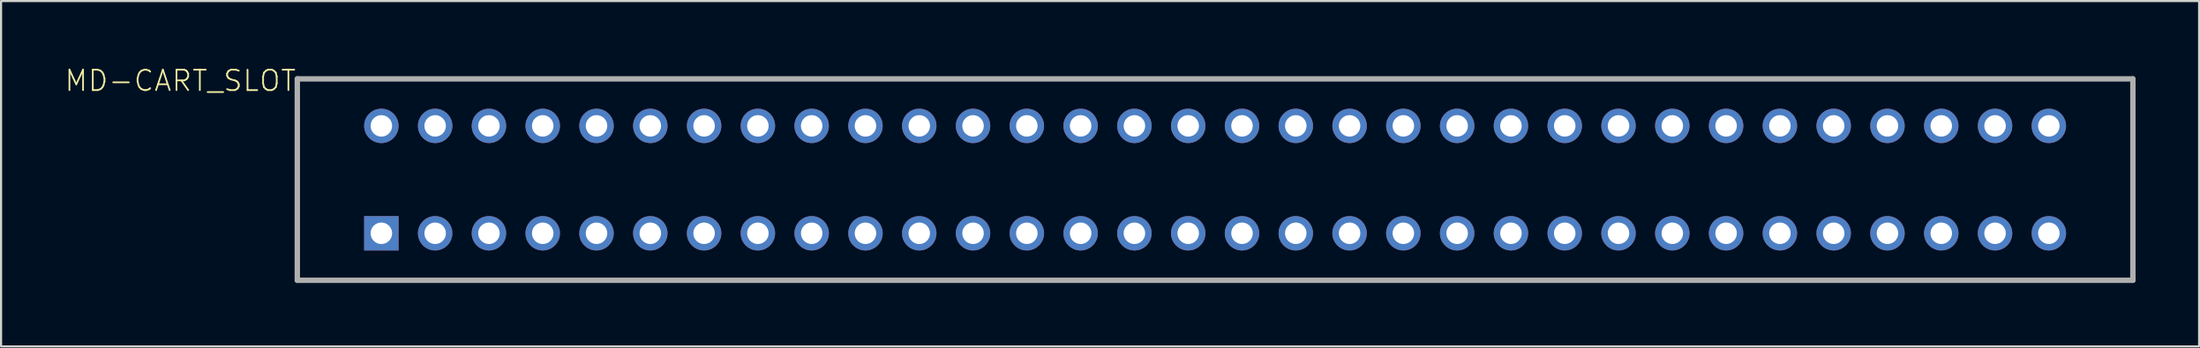
<source format=kicad_pcb>
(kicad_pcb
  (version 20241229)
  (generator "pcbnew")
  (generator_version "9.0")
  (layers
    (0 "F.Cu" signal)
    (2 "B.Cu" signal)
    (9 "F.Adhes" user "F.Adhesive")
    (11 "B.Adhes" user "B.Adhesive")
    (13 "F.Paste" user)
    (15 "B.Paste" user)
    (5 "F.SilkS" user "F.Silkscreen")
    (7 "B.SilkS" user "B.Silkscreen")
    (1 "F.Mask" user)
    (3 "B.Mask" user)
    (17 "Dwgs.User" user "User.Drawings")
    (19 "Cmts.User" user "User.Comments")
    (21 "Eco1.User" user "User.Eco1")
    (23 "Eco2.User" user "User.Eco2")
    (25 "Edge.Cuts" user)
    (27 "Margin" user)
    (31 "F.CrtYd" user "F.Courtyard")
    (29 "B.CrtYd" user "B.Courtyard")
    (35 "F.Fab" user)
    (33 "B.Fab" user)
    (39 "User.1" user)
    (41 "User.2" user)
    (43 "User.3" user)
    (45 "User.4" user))
  (footprint "MD-CART_SLOT"
    (layer "F.Cu")
    (at 54.328 5.444)
    (property "Reference" "MD-CART_SLOT" (at -43.339 -5.239 0) (layer "F.SilkS") (effects (font (size 0.965 0.965) (thickness 0.081)) (justify right top)))
    (attr through_hole)
    (fp_line (start -43.339 -4.763) (end -43.339 4.763) (stroke (width 0.254) (type solid)) (layer "F.Fab"))
    (fp_line (start -43.339 4.763) (end 43.339 4.763) (stroke (width 0.254) (type solid)) (layer "F.Fab"))
    (fp_line (start 43.339 -4.763) (end -43.339 -4.763) (stroke (width 0.254) (type solid)) (layer "F.Fab"))
    (fp_line (start 43.339 4.763) (end 43.339 -4.763) (stroke (width 0.254) (type solid)) (layer "F.Fab"))
    (fp_poly (pts (xy -39.624 -2.286) (xy -39.116 -2.286) (xy -39.116 -2.794) (xy -39.624 -2.794)) (stroke (width 0.1) (type solid)) (fill no) (layer "F.Fab"))
    (fp_poly (pts (xy -39.624 2.794) (xy -39.116 2.794) (xy -39.116 2.286) (xy -39.624 2.286)) (stroke (width 0.1) (type solid)) (fill no) (layer "F.Fab"))
    (fp_poly (pts (xy -37.084 -2.286) (xy -36.576 -2.286) (xy -36.576 -2.794) (xy -37.084 -2.794)) (stroke (width 0.1) (type solid)) (fill no) (layer "F.Fab"))
    (fp_poly (pts (xy -37.084 2.794) (xy -36.576 2.794) (xy -36.576 2.286) (xy -37.084 2.286)) (stroke (width 0.1) (type solid)) (fill no) (layer "F.Fab"))
    (fp_poly (pts (xy -34.544 -2.286) (xy -34.036 -2.286) (xy -34.036 -2.794) (xy -34.544 -2.794)) (stroke (width 0.1) (type solid)) (fill no) (layer "F.Fab"))
    (fp_poly (pts (xy -34.544 2.794) (xy -34.036 2.794) (xy -34.036 2.286) (xy -34.544 2.286)) (stroke (width 0.1) (type solid)) (fill no) (layer "F.Fab"))
    (fp_poly (pts (xy -32.004 -2.286) (xy -31.496 -2.286) (xy -31.496 -2.794) (xy -32.004 -2.794)) (stroke (width 0.1) (type solid)) (fill no) (layer "F.Fab"))
    (fp_poly (pts (xy -32.004 2.794) (xy -31.496 2.794) (xy -31.496 2.286) (xy -32.004 2.286)) (stroke (width 0.1) (type solid)) (fill no) (layer "F.Fab"))
    (fp_poly (pts (xy -29.464 -2.286) (xy -28.956 -2.286) (xy -28.956 -2.794) (xy -29.464 -2.794)) (stroke (width 0.1) (type solid)) (fill no) (layer "F.Fab"))
    (fp_poly (pts (xy -29.464 2.794) (xy -28.956 2.794) (xy -28.956 2.286) (xy -29.464 2.286)) (stroke (width 0.1) (type solid)) (fill no) (layer "F.Fab"))
    (fp_poly (pts (xy -26.924 -2.286) (xy -26.416 -2.286) (xy -26.416 -2.794) (xy -26.924 -2.794)) (stroke (width 0.1) (type solid)) (fill no) (layer "F.Fab"))
    (fp_poly (pts (xy -26.924 2.794) (xy -26.416 2.794) (xy -26.416 2.286) (xy -26.924 2.286)) (stroke (width 0.1) (type solid)) (fill no) (layer "F.Fab"))
    (fp_poly (pts (xy -24.384 -2.286) (xy -23.876 -2.286) (xy -23.876 -2.794) (xy -24.384 -2.794)) (stroke (width 0.1) (type solid)) (fill no) (layer "F.Fab"))
    (fp_poly (pts (xy -24.384 2.794) (xy -23.876 2.794) (xy -23.876 2.286) (xy -24.384 2.286)) (stroke (width 0.1) (type solid)) (fill no) (layer "F.Fab"))
    (fp_poly (pts (xy -21.844 -2.286) (xy -21.336 -2.286) (xy -21.336 -2.794) (xy -21.844 -2.794)) (stroke (width 0.1) (type solid)) (fill no) (layer "F.Fab"))
    (fp_poly (pts (xy -21.844 2.794) (xy -21.336 2.794) (xy -21.336 2.286) (xy -21.844 2.286)) (stroke (width 0.1) (type solid)) (fill no) (layer "F.Fab"))
    (fp_poly (pts (xy -19.304 -2.286) (xy -18.796 -2.286) (xy -18.796 -2.794) (xy -19.304 -2.794)) (stroke (width 0.1) (type solid)) (fill no) (layer "F.Fab"))
    (fp_poly (pts (xy -19.304 2.794) (xy -18.796 2.794) (xy -18.796 2.286) (xy -19.304 2.286)) (stroke (width 0.1) (type solid)) (fill no) (layer "F.Fab"))
    (fp_poly (pts (xy -16.764 -2.286) (xy -16.256 -2.286) (xy -16.256 -2.794) (xy -16.764 -2.794)) (stroke (width 0.1) (type solid)) (fill no) (layer "F.Fab"))
    (fp_poly (pts (xy -16.764 -2.286) (xy -16.256 -2.286) (xy -16.256 -2.794) (xy -16.764 -2.794)) (stroke (width 0.1) (type solid)) (fill no) (layer "F.Fab"))
    (fp_poly (pts (xy -16.764 2.794) (xy -16.256 2.794) (xy -16.256 2.286) (xy -16.764 2.286)) (stroke (width 0.1) (type solid)) (fill no) (layer "F.Fab"))
    (fp_poly (pts (xy -16.764 2.794) (xy -16.256 2.794) (xy -16.256 2.286) (xy -16.764 2.286)) (stroke (width 0.1) (type solid)) (fill no) (layer "F.Fab"))
    (fp_poly (pts (xy -14.224 -2.286) (xy -13.716 -2.286) (xy -13.716 -2.794) (xy -14.224 -2.794)) (stroke (width 0.1) (type solid)) (fill no) (layer "F.Fab"))
    (fp_poly (pts (xy -14.224 2.794) (xy -13.716 2.794) (xy -13.716 2.286) (xy -14.224 2.286)) (stroke (width 0.1) (type solid)) (fill no) (layer "F.Fab"))
    (fp_poly (pts (xy -11.684 -2.286) (xy -11.176 -2.286) (xy -11.176 -2.794) (xy -11.684 -2.794)) (stroke (width 0.1) (type solid)) (fill no) (layer "F.Fab"))
    (fp_poly (pts (xy -11.684 2.794) (xy -11.176 2.794) (xy -11.176 2.286) (xy -11.684 2.286)) (stroke (width 0.1) (type solid)) (fill no) (layer "F.Fab"))
    (fp_poly (pts (xy -9.144 -2.286) (xy -8.636 -2.286) (xy -8.636 -2.794) (xy -9.144 -2.794)) (stroke (width 0.1) (type solid)) (fill no) (layer "F.Fab"))
    (fp_poly (pts (xy -9.144 2.794) (xy -8.636 2.794) (xy -8.636 2.286) (xy -9.144 2.286)) (stroke (width 0.1) (type solid)) (fill no) (layer "F.Fab"))
    (fp_poly (pts (xy -6.604 -2.286) (xy -6.096 -2.286) (xy -6.096 -2.794) (xy -6.604 -2.794)) (stroke (width 0.1) (type solid)) (fill no) (layer "F.Fab"))
    (fp_poly (pts (xy -6.604 2.794) (xy -6.096 2.794) (xy -6.096 2.286) (xy -6.604 2.286)) (stroke (width 0.1) (type solid)) (fill no) (layer "F.Fab"))
    (fp_poly (pts (xy -4.064 -2.286) (xy -3.556 -2.286) (xy -3.556 -2.794) (xy -4.064 -2.794)) (stroke (width 0.1) (type solid)) (fill no) (layer "F.Fab"))
    (fp_poly (pts (xy -4.064 2.794) (xy -3.556 2.794) (xy -3.556 2.286) (xy -4.064 2.286)) (stroke (width 0.1) (type solid)) (fill no) (layer "F.Fab"))
    (fp_poly (pts (xy -1.524 -2.286) (xy -1.016 -2.286) (xy -1.016 -2.794) (xy -1.524 -2.794)) (stroke (width 0.1) (type solid)) (fill no) (layer "F.Fab"))
    (fp_poly (pts (xy -1.524 2.794) (xy -1.016 2.794) (xy -1.016 2.286) (xy -1.524 2.286)) (stroke (width 0.1) (type solid)) (fill no) (layer "F.Fab"))
    (fp_poly (pts (xy 1.016 -2.286) (xy 1.524 -2.286) (xy 1.524 -2.794) (xy 1.016 -2.794)) (stroke (width 0.1) (type solid)) (fill no) (layer "F.Fab"))
    (fp_poly (pts (xy 1.016 2.794) (xy 1.524 2.794) (xy 1.524 2.286) (xy 1.016 2.286)) (stroke (width 0.1) (type solid)) (fill no) (layer "F.Fab"))
    (fp_poly (pts (xy 3.556 -2.286) (xy 4.064 -2.286) (xy 4.064 -2.794) (xy 3.556 -2.794)) (stroke (width 0.1) (type solid)) (fill no) (layer "F.Fab"))
    (fp_poly (pts (xy 3.556 2.794) (xy 4.064 2.794) (xy 4.064 2.286) (xy 3.556 2.286)) (stroke (width 0.1) (type solid)) (fill no) (layer "F.Fab"))
    (fp_poly (pts (xy 6.096 -2.286) (xy 6.604 -2.286) (xy 6.604 -2.794) (xy 6.096 -2.794)) (stroke (width 0.1) (type solid)) (fill no) (layer "F.Fab"))
    (fp_poly (pts (xy 6.096 2.794) (xy 6.604 2.794) (xy 6.604 2.286) (xy 6.096 2.286)) (stroke (width 0.1) (type solid)) (fill no) (layer "F.Fab"))
    (fp_poly (pts (xy 8.636 -2.286) (xy 9.144 -2.286) (xy 9.144 -2.794) (xy 8.636 -2.794)) (stroke (width 0.1) (type solid)) (fill no) (layer "F.Fab"))
    (fp_poly (pts (xy 8.636 2.794) (xy 9.144 2.794) (xy 9.144 2.286) (xy 8.636 2.286)) (stroke (width 0.1) (type solid)) (fill no) (layer "F.Fab"))
    (fp_poly (pts (xy 11.176 -2.286) (xy 11.684 -2.286) (xy 11.684 -2.794) (xy 11.176 -2.794)) (stroke (width 0.1) (type solid)) (fill no) (layer "F.Fab"))
    (fp_poly (pts (xy 11.176 2.794) (xy 11.684 2.794) (xy 11.684 2.286) (xy 11.176 2.286)) (stroke (width 0.1) (type solid)) (fill no) (layer "F.Fab"))
    (fp_poly (pts (xy 13.716 -2.286) (xy 14.224 -2.286) (xy 14.224 -2.794) (xy 13.716 -2.794)) (stroke (width 0.1) (type solid)) (fill no) (layer "F.Fab"))
    (fp_poly (pts (xy 13.716 2.794) (xy 14.224 2.794) (xy 14.224 2.286) (xy 13.716 2.286)) (stroke (width 0.1) (type solid)) (fill no) (layer "F.Fab"))
    (fp_poly (pts (xy 16.256 -2.286) (xy 16.764 -2.286) (xy 16.764 -2.794) (xy 16.256 -2.794)) (stroke (width 0.1) (type solid)) (fill no) (layer "F.Fab"))
    (fp_poly (pts (xy 16.256 2.794) (xy 16.764 2.794) (xy 16.764 2.286) (xy 16.256 2.286)) (stroke (width 0.1) (type solid)) (fill no) (layer "F.Fab"))
    (fp_poly (pts (xy 18.796 -2.286) (xy 19.304 -2.286) (xy 19.304 -2.794) (xy 18.796 -2.794)) (stroke (width 0.1) (type solid)) (fill no) (layer "F.Fab"))
    (fp_poly (pts (xy 18.796 2.794) (xy 19.304 2.794) (xy 19.304 2.286) (xy 18.796 2.286)) (stroke (width 0.1) (type solid)) (fill no) (layer "F.Fab"))
    (fp_poly (pts (xy 21.336 -2.286) (xy 21.844 -2.286) (xy 21.844 -2.794) (xy 21.336 -2.794)) (stroke (width 0.1) (type solid)) (fill no) (layer "F.Fab"))
    (fp_poly (pts (xy 21.336 2.794) (xy 21.844 2.794) (xy 21.844 2.286) (xy 21.336 2.286)) (stroke (width 0.1) (type solid)) (fill no) (layer "F.Fab"))
    (fp_poly (pts (xy 23.876 -2.286) (xy 24.384 -2.286) (xy 24.384 -2.794) (xy 23.876 -2.794)) (stroke (width 0.1) (type solid)) (fill no) (layer "F.Fab"))
    (fp_poly (pts (xy 23.876 2.794) (xy 24.384 2.794) (xy 24.384 2.286) (xy 23.876 2.286)) (stroke (width 0.1) (type solid)) (fill no) (layer "F.Fab"))
    (fp_poly (pts (xy 26.416 -2.286) (xy 26.924 -2.286) (xy 26.924 -2.794) (xy 26.416 -2.794)) (stroke (width 0.1) (type solid)) (fill no) (layer "F.Fab"))
    (fp_poly (pts (xy 26.416 2.794) (xy 26.924 2.794) (xy 26.924 2.286) (xy 26.416 2.286)) (stroke (width 0.1) (type solid)) (fill no) (layer "F.Fab"))
    (fp_poly (pts (xy 28.956 -2.286) (xy 29.464 -2.286) (xy 29.464 -2.794) (xy 28.956 -2.794)) (stroke (width 0.1) (type solid)) (fill no) (layer "F.Fab"))
    (fp_poly (pts (xy 28.956 2.794) (xy 29.464 2.794) (xy 29.464 2.286) (xy 28.956 2.286)) (stroke (width 0.1) (type solid)) (fill no) (layer "F.Fab"))
    (fp_poly (pts (xy 31.496 -2.286) (xy 32.004 -2.286) (xy 32.004 -2.794) (xy 31.496 -2.794)) (stroke (width 0.1) (type solid)) (fill no) (layer "F.Fab"))
    (fp_poly (pts (xy 31.496 2.794) (xy 32.004 2.794) (xy 32.004 2.286) (xy 31.496 2.286)) (stroke (width 0.1) (type solid)) (fill no) (layer "F.Fab"))
    (fp_poly (pts (xy 34.036 -2.286) (xy 34.544 -2.286) (xy 34.544 -2.794) (xy 34.036 -2.794)) (stroke (width 0.1) (type solid)) (fill no) (layer "F.Fab"))
    (fp_poly (pts (xy 34.036 2.794) (xy 34.544 2.794) (xy 34.544 2.286) (xy 34.036 2.286)) (stroke (width 0.1) (type solid)) (fill no) (layer "F.Fab"))
    (fp_poly (pts (xy 36.576 -2.286) (xy 37.084 -2.286) (xy 37.084 -2.794) (xy 36.576 -2.794)) (stroke (width 0.1) (type solid)) (fill no) (layer "F.Fab"))
    (fp_poly (pts (xy 36.576 2.794) (xy 37.084 2.794) (xy 37.084 2.286) (xy 36.576 2.286)) (stroke (width 0.1) (type solid)) (fill no) (layer "F.Fab"))
    (fp_poly (pts (xy 39.116 -2.286) (xy 39.624 -2.286) (xy 39.624 -2.794) (xy 39.116 -2.794)) (stroke (width 0.1) (type solid)) (fill no) (layer "F.Fab"))
    (fp_poly (pts (xy 39.116 2.794) (xy 39.624 2.794) (xy 39.624 2.286) (xy 39.116 2.286)) (stroke (width 0.1) (type solid)) (fill no) (layer "F.Fab"))
    (pad "1" thru_hole rect (at -39.37 2.54) (size 1.626 1.626) (drill 1.016) (layers "*.Cu" "*.Mask"))
    (pad "2" thru_hole circle (at -36.83 2.54) (size 1.626 1.626) (drill 1.016) (layers "*.Cu" "*.Mask"))
    (pad "3" thru_hole circle (at -34.29 2.54) (size 1.626 1.626) (drill 1.016) (layers "*.Cu" "*.Mask"))
    (pad "4" thru_hole circle (at -31.75 2.54) (size 1.626 1.626) (drill 1.016) (layers "*.Cu" "*.Mask"))
    (pad "5" thru_hole circle (at -29.21 2.54) (size 1.626 1.626) (drill 1.016) (layers "*.Cu" "*.Mask"))
    (pad "6" thru_hole circle (at -26.67 2.54) (size 1.626 1.626) (drill 1.016) (layers "*.Cu" "*.Mask"))
    (pad "7" thru_hole circle (at -24.13 2.54) (size 1.626 1.626) (drill 1.016) (layers "*.Cu" "*.Mask"))
    (pad "8" thru_hole circle (at -21.59 2.54) (size 1.626 1.626) (drill 1.016) (layers "*.Cu" "*.Mask"))
    (pad "9" thru_hole circle (at -19.05 2.54) (size 1.626 1.626) (drill 1.016) (layers "*.Cu" "*.Mask"))
    (pad "10" thru_hole circle (at -16.51 2.54) (size 1.626 1.626) (drill 1.016) (layers "*.Cu" "*.Mask"))
    (pad "11" thru_hole circle (at -13.97 2.54) (size 1.626 1.626) (drill 1.016) (layers "*.Cu" "*.Mask"))
    (pad "12" thru_hole circle (at -11.43 2.54) (size 1.626 1.626) (drill 1.016) (layers "*.Cu" "*.Mask"))
    (pad "13" thru_hole circle (at -8.89 2.54) (size 1.626 1.626) (drill 1.016) (layers "*.Cu" "*.Mask"))
    (pad "14" thru_hole circle (at -6.35 2.54) (size 1.626 1.626) (drill 1.016) (layers "*.Cu" "*.Mask"))
    (pad "15" thru_hole circle (at -3.81 2.54) (size 1.626 1.626) (drill 1.016) (layers "*.Cu" "*.Mask"))
    (pad "16" thru_hole circle (at -1.27 2.54) (size 1.626 1.626) (drill 1.016) (layers "*.Cu" "*.Mask"))
    (pad "17" thru_hole circle (at 1.27 2.54) (size 1.626 1.626) (drill 1.016) (layers "*.Cu" "*.Mask"))
    (pad "18" thru_hole circle (at 3.81 2.54) (size 1.626 1.626) (drill 1.016) (layers "*.Cu" "*.Mask"))
    (pad "19" thru_hole circle (at 6.35 2.54) (size 1.626 1.626) (drill 1.016) (layers "*.Cu" "*.Mask"))
    (pad "20" thru_hole circle (at 8.89 2.54) (size 1.626 1.626) (drill 1.016) (layers "*.Cu" "*.Mask"))
    (pad "21" thru_hole circle (at 11.43 2.54) (size 1.626 1.626) (drill 1.016) (layers "*.Cu" "*.Mask"))
    (pad "22" thru_hole circle (at 13.97 2.54) (size 1.626 1.626) (drill 1.016) (layers "*.Cu" "*.Mask"))
    (pad "23" thru_hole circle (at 16.51 2.54) (size 1.626 1.626) (drill 1.016) (layers "*.Cu" "*.Mask"))
    (pad "24" thru_hole circle (at 19.05 2.54) (size 1.626 1.626) (drill 1.016) (layers "*.Cu" "*.Mask"))
    (pad "25" thru_hole circle (at 21.59 2.54) (size 1.626 1.626) (drill 1.016) (layers "*.Cu" "*.Mask"))
    (pad "26" thru_hole circle (at 24.13 2.54) (size 1.626 1.626) (drill 1.016) (layers "*.Cu" "*.Mask"))
    (pad "27" thru_hole circle (at 26.67 2.54) (size 1.626 1.626) (drill 1.016) (layers "*.Cu" "*.Mask"))
    (pad "28" thru_hole circle (at 29.21 2.54) (size 1.626 1.626) (drill 1.016) (layers "*.Cu" "*.Mask"))
    (pad "29" thru_hole circle (at 31.75 2.54) (size 1.626 1.626) (drill 1.016) (layers "*.Cu" "*.Mask"))
    (pad "30" thru_hole circle (at 34.29 2.54) (size 1.626 1.626) (drill 1.016) (layers "*.Cu" "*.Mask"))
    (pad "31" thru_hole circle (at 36.83 2.54) (size 1.626 1.626) (drill 1.016) (layers "*.Cu" "*.Mask"))
    (pad "32" thru_hole circle (at 39.37 2.54) (size 1.626 1.626) (drill 1.016) (layers "*.Cu" "*.Mask"))
    (pad "33" thru_hole circle (at -39.37 -2.54) (size 1.626 1.626) (drill 1.016) (layers "*.Cu" "*.Mask"))
    (pad "34" thru_hole circle (at -36.83 -2.54) (size 1.626 1.626) (drill 1.016) (layers "*.Cu" "*.Mask"))
    (pad "35" thru_hole circle (at -34.29 -2.54) (size 1.626 1.626) (drill 1.016) (layers "*.Cu" "*.Mask"))
    (pad "36" thru_hole circle (at -31.75 -2.54) (size 1.626 1.626) (drill 1.016) (layers "*.Cu" "*.Mask"))
    (pad "37" thru_hole circle (at -29.21 -2.54) (size 1.626 1.626) (drill 1.016) (layers "*.Cu" "*.Mask"))
    (pad "38" thru_hole circle (at -26.67 -2.54) (size 1.626 1.626) (drill 1.016) (layers "*.Cu" "*.Mask"))
    (pad "39" thru_hole circle (at -24.13 -2.54) (size 1.626 1.626) (drill 1.016) (layers "*.Cu" "*.Mask"))
    (pad "40" thru_hole circle (at -21.59 -2.54) (size 1.626 1.626) (drill 1.016) (layers "*.Cu" "*.Mask"))
    (pad "41" thru_hole circle (at -19.05 -2.54) (size 1.626 1.626) (drill 1.016) (layers "*.Cu" "*.Mask"))
    (pad "42" thru_hole circle (at -16.51 -2.54) (size 1.626 1.626) (drill 1.016) (layers "*.Cu" "*.Mask"))
    (pad "43" thru_hole circle (at -13.97 -2.54) (size 1.626 1.626) (drill 1.016) (layers "*.Cu" "*.Mask"))
    (pad "44" thru_hole circle (at -11.43 -2.54) (size 1.626 1.626) (drill 1.016) (layers "*.Cu" "*.Mask"))
    (pad "45" thru_hole circle (at -8.89 -2.54) (size 1.626 1.626) (drill 1.016) (layers "*.Cu" "*.Mask"))
    (pad "46" thru_hole circle (at -6.35 -2.54) (size 1.626 1.626) (drill 1.016) (layers "*.Cu" "*.Mask"))
    (pad "47" thru_hole circle (at -3.81 -2.54) (size 1.626 1.626) (drill 1.016) (layers "*.Cu" "*.Mask"))
    (pad "48" thru_hole circle (at -1.27 -2.54) (size 1.626 1.626) (drill 1.016) (layers "*.Cu" "*.Mask"))
    (pad "49" thru_hole circle (at 1.27 -2.54) (size 1.626 1.626) (drill 1.016) (layers "*.Cu" "*.Mask"))
    (pad "50" thru_hole circle (at 3.81 -2.54) (size 1.626 1.626) (drill 1.016) (layers "*.Cu" "*.Mask"))
    (pad "51" thru_hole circle (at 6.35 -2.54) (size 1.626 1.626) (drill 1.016) (layers "*.Cu" "*.Mask"))
    (pad "52" thru_hole circle (at 8.89 -2.54) (size 1.626 1.626) (drill 1.016) (layers "*.Cu" "*.Mask"))
    (pad "53" thru_hole circle (at 11.43 -2.54) (size 1.626 1.626) (drill 1.016) (layers "*.Cu" "*.Mask"))
    (pad "54" thru_hole circle (at 13.97 -2.54) (size 1.626 1.626) (drill 1.016) (layers "*.Cu" "*.Mask"))
    (pad "55" thru_hole circle (at 16.51 -2.54) (size 1.626 1.626) (drill 1.016) (layers "*.Cu" "*.Mask"))
    (pad "56" thru_hole circle (at 19.05 -2.54) (size 1.626 1.626) (drill 1.016) (layers "*.Cu" "*.Mask"))
    (pad "57" thru_hole circle (at 21.59 -2.54) (size 1.626 1.626) (drill 1.016) (layers "*.Cu" "*.Mask"))
    (pad "58" thru_hole circle (at 24.13 -2.54) (size 1.626 1.626) (drill 1.016) (layers "*.Cu" "*.Mask"))
    (pad "59" thru_hole circle (at 26.67 -2.54) (size 1.626 1.626) (drill 1.016) (layers "*.Cu" "*.Mask"))
    (pad "60" thru_hole circle (at 29.21 -2.54) (size 1.626 1.626) (drill 1.016) (layers "*.Cu" "*.Mask"))
    (pad "61" thru_hole circle (at 31.75 -2.54) (size 1.626 1.626) (drill 1.016) (layers "*.Cu" "*.Mask"))
    (pad "62" thru_hole circle (at 34.29 -2.54) (size 1.626 1.626) (drill 1.016) (layers "*.Cu" "*.Mask"))
    (pad "63" thru_hole circle (at 36.83 -2.54) (size 1.626 1.626) (drill 1.016) (layers "*.Cu" "*.Mask"))
    (pad "64" thru_hole circle (at 39.37 -2.54) (size 1.626 1.626) (drill 1.016) (layers "*.Cu" "*.Mask")))
  (gr_rect
    (start -3 -3)
    (end 100.794 13.334)
    (stroke (width 0.1) (type default))
    (fill no)
    (layer "Edge.Cuts")))
</source>
